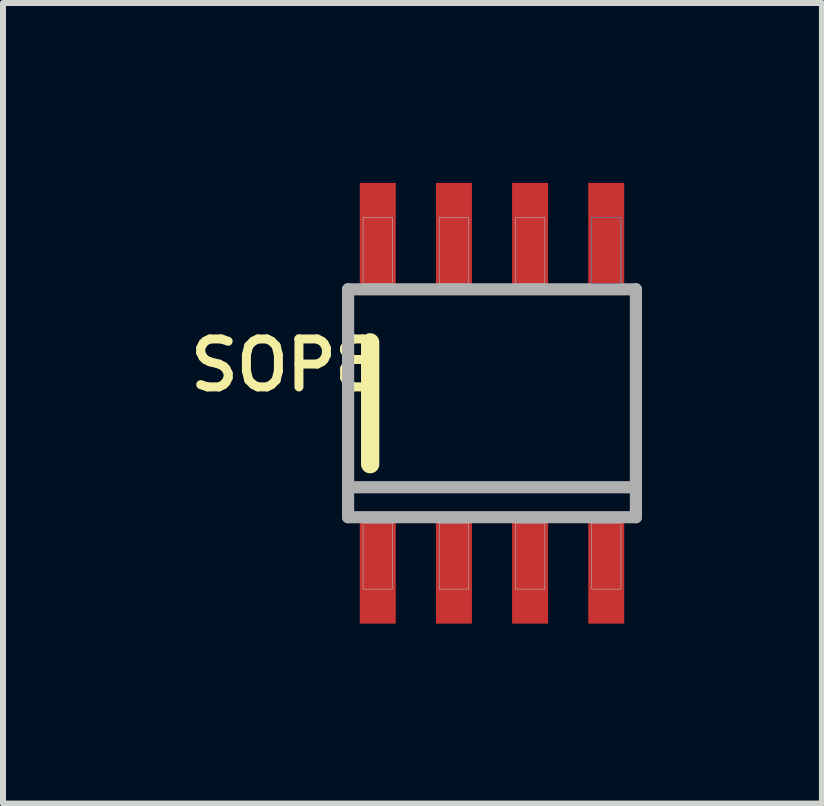
<source format=kicad_pcb>
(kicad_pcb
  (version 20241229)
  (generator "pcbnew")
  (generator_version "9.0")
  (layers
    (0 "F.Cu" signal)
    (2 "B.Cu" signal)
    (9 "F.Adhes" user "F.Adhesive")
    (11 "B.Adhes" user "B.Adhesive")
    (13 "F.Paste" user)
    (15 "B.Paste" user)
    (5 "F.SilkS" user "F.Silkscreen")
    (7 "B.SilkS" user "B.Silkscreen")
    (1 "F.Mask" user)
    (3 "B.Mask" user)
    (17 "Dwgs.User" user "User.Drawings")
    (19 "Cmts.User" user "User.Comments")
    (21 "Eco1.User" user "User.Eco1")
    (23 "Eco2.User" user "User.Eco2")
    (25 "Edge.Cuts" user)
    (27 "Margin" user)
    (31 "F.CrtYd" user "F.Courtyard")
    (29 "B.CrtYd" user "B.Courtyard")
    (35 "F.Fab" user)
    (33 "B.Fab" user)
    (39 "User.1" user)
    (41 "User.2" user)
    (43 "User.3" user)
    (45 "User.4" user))
  (footprint "SOP8"
    (layer "F.Cu")
    (at 5.155 3.675)
    (property "Reference" "SOP8" (at -3.429 -0.635 180) (layer "F.SilkS") (effects (font (size 0.8 0.8) (thickness 0.15))))
    (attr smd)
    (fp_line (start -2.032 1.016) (end -2.032 -1.016) (stroke (width 0.305) (type solid)) (layer "F.SilkS"))
    (fp_poly (pts (xy 1.66 -3.1) (xy 2.15 -3.1) (xy 2.15 -2) (xy 1.66 -2)) (stroke (width 0.01) (type solid)) (fill no) (layer "B.Fab"))
    (fp_line (start -2.4 -1.9) (end 2.4 -1.9) (stroke (width 0.203) (type solid)) (layer "F.Fab"))
    (fp_line (start -2.4 1.4) (end -2.4 -1.9) (stroke (width 0.203) (type solid)) (layer "F.Fab"))
    (fp_line (start -2.4 1.9) (end -2.4 1.4) (stroke (width 0.203) (type solid)) (layer "F.Fab"))
    (fp_line (start 2.4 -1.9) (end 2.4 1.4) (stroke (width 0.203) (type solid)) (layer "F.Fab"))
    (fp_line (start 2.4 1.4) (end -2.4 1.4) (stroke (width 0.203) (type solid)) (layer "F.Fab"))
    (fp_line (start 2.4 1.4) (end 2.4 1.9) (stroke (width 0.203) (type solid)) (layer "F.Fab"))
    (fp_line (start 2.4 1.9) (end -2.4 1.9) (stroke (width 0.203) (type solid)) (layer "F.Fab"))
    (fp_poly (pts (xy -2.15 -3.1) (xy -1.66 -3.1) (xy -1.66 -2) (xy -2.15 -2)) (stroke (width 0.01) (type solid)) (fill no) (layer "F.Fab"))
    (fp_poly (pts (xy -2.15 2) (xy -1.66 2) (xy -1.66 3.1) (xy -2.15 3.1)) (stroke (width 0.01) (type solid)) (fill no) (layer "F.Fab"))
    (fp_poly (pts (xy -0.88 -3.1) (xy -0.39 -3.1) (xy -0.39 -2) (xy -0.88 -2)) (stroke (width 0.01) (type solid)) (fill no) (layer "F.Fab"))
    (fp_poly (pts (xy -0.88 2) (xy -0.39 2) (xy -0.39 3.1) (xy -0.88 3.1)) (stroke (width 0.01) (type solid)) (fill no) (layer "F.Fab"))
    (fp_poly (pts (xy 0.39 -3.1) (xy 0.88 -3.1) (xy 0.88 -2) (xy 0.39 -2)) (stroke (width 0.01) (type solid)) (fill no) (layer "F.Fab"))
    (fp_poly (pts (xy 0.39 2) (xy 0.88 2) (xy 0.88 3.1) (xy 0.39 3.1)) (stroke (width 0.01) (type solid)) (fill no) (layer "F.Fab"))
    (fp_poly (pts (xy 1.66 -3.1) (xy 2.15 -3.1) (xy 2.15 -2) (xy 1.66 -2)) (stroke (width 0.01) (type solid)) (fill no) (layer "F.Fab"))
    (fp_poly (pts (xy 1.66 2) (xy 2.15 2) (xy 2.15 3.1) (xy 1.66 3.1)) (stroke (width 0.01) (type solid)) (fill no) (layer "F.Fab"))
    (pad "1" smd rect (at -1.905 2.8) (size 0.6 1.75) (layers "F.Cu" "F.Mask" "F.Paste"))
    (pad "2" smd rect (at -0.635 2.8) (size 0.6 1.75) (layers "F.Cu" "F.Mask" "F.Paste"))
    (pad "3" smd rect (at 0.635 2.8) (size 0.6 1.75) (layers "F.Cu" "F.Mask" "F.Paste"))
    (pad "4" smd rect (at 1.905 2.8) (size 0.6 1.75) (layers "F.Cu" "F.Mask" "F.Paste"))
    (pad "5" smd rect (at 1.905 -2.8) (size 0.6 1.75) (layers "F.Cu" "F.Mask" "F.Paste"))
    (pad "6" smd rect (at 0.635 -2.8) (size 0.6 1.75) (layers "F.Cu" "F.Mask" "F.Paste"))
    (pad "7" smd rect (at -0.635 -2.8) (size 0.6 1.75) (layers "F.Cu" "F.Mask" "F.Paste"))
    (pad "8" smd rect (at -1.905 -2.8) (size 0.6 1.75) (layers "F.Cu" "F.Mask" "F.Paste")))
  (gr_rect
    (start -3 -3)
    (end 10.657 10.35)
    (stroke (width 0.1) (type default))
    (fill no)
    (layer "Edge.Cuts")))
</source>
